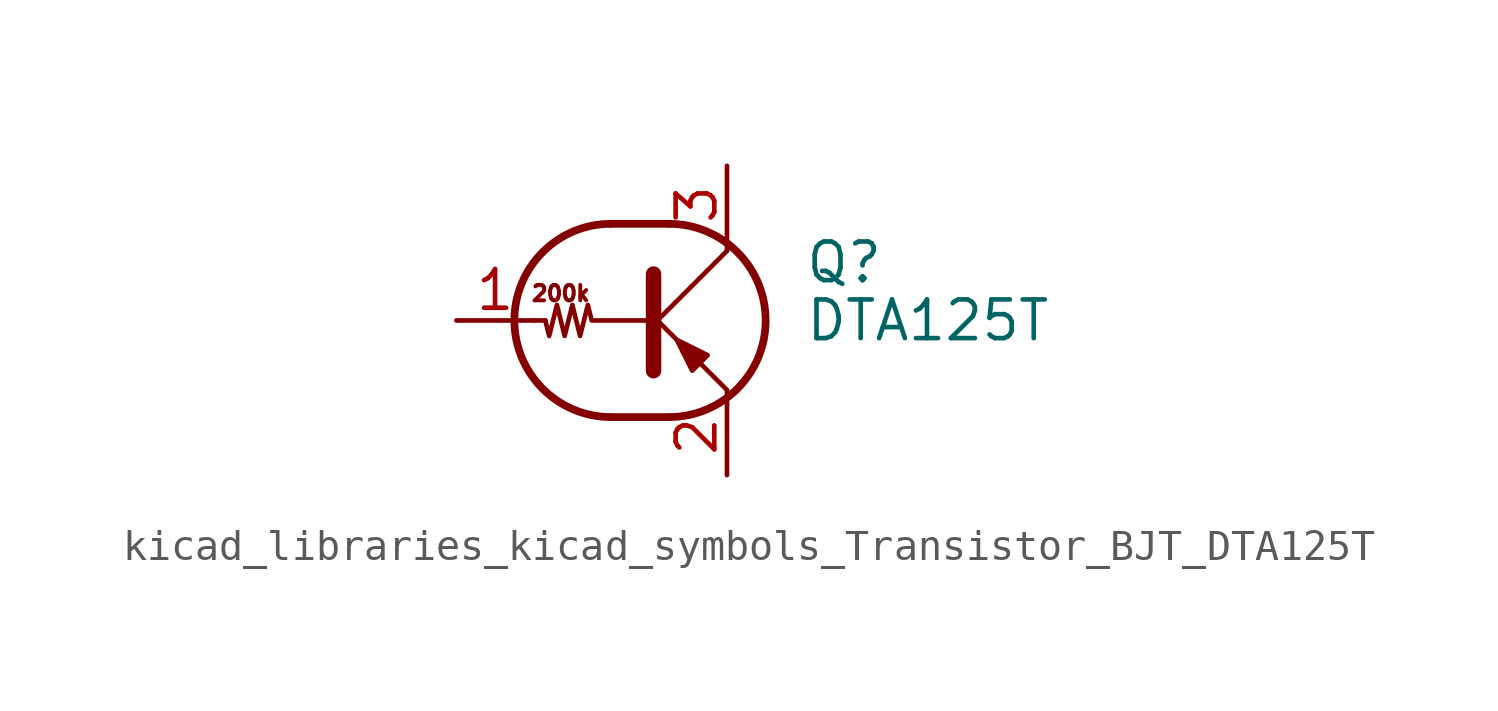
<source format=kicad_sym>
(kicad_symbol_lib
  (version 20220914)
  (generator kicad_symbol_editor)
  (symbol "kicad_libraries_kicad_symbols_Transistor_BJT_DTA125T"
    (pin_names
      (offset 0) hide)
    (property "Reference" "Q"
      (at 5.08 1.905 0)
      (effects (font (size 1.27 1.27)) (justify left)))
    (property "Value" "DTA125T"
      (at 5.08 0 0)
      (effects (font (size 1.27 1.27)) (justify left)))
    (symbol "kicad_libraries_kicad_symbols_Transistor_BJT_DTA125T_0_0"
      (polyline (pts (xy 2.54 -2.286) (xy 2.54 -2.54)) (stroke (width 0) (type default)) (fill (type none)))
      (text "200k" (at -2.921 0.889 0) (effects (font (size 0.508 0.508)))))
    (symbol "kicad_libraries_kicad_symbols_Transistor_BJT_DTA125T_0_1"
      (arc (start -1.27 3.175) (mid -4.4312 0) (end -1.27 -3.175) (stroke (width 0.254) (type default)) (fill (type none)))
      (polyline (pts (xy -3.429 0) (xy -3.81 0)) (stroke (width 0) (type default)) (fill (type none)))
      (polyline (pts (xy -1.27 -3.175) (xy 0.635 -3.175)) (stroke (width 0.254) (type default)) (fill (type none)))
      (polyline (pts (xy -1.27 3.175) (xy 0.635 3.175)) (stroke (width 0.254) (type default)) (fill (type none)))
      (polyline (pts (xy 0 -0.254) (xy 2.54 2.286)) (stroke (width 0) (type default)) (fill (type none)))
      (polyline (pts (xy 0.127 1.524) (xy 0.127 -1.651)) (stroke (width 0.508) (type default)) (fill (type outline)))
      (polyline (pts (xy 2.54 2.286) (xy 2.54 2.54)) (stroke (width 0) (type default)) (fill (type none)))
      (polyline (pts (xy 2.54 -2.286) (xy 0 0.254) (xy 0 0.254)) (stroke (width 0) (type default)) (fill (type none)))
      (polyline (pts (xy 1.397 -1.651) (xy 1.905 -1.143) (xy 0.889 -0.635) (xy 1.397 -1.651)) (stroke (width 0) (type default)) (fill (type outline)))
      (polyline (pts (xy 0 0) (xy -1.905 0) (xy -2.032 0.508) (xy -2.286 -0.508) (xy -2.54 0.508) (xy -2.794 -0.508) (xy -3.048 0.508) (xy -3.302 -0.508) (xy -3.429 0)) (stroke (width 0) (type default)) (fill (type none)))
      (arc (start 0.635 -3.175) (mid 3.7962 0) (end 0.635 3.175) (stroke (width 0.254) (type default)) (fill (type none))))
    (symbol "kicad_libraries_kicad_symbols_Transistor_BJT_DTA125T_1_1"
      (pin input line (at -6.35 0 0) (length 2.54) (name "B" (effects (font (size 1.27 1.27)))) (number "1" (effects (font (size 1.27 1.27)))))
      (pin passive line (at 2.54 -5.08 90) (length 2.54) (name "E" (effects (font (size 1.27 1.27)))) (number "2" (effects (font (size 1.27 1.27)))))
      (pin passive line (at 2.54 5.08 270) (length 2.54) (name "C" (effects (font (size 1.27 1.27)))) (number "3" (effects (font (size 1.27 1.27))))))))
</source>
